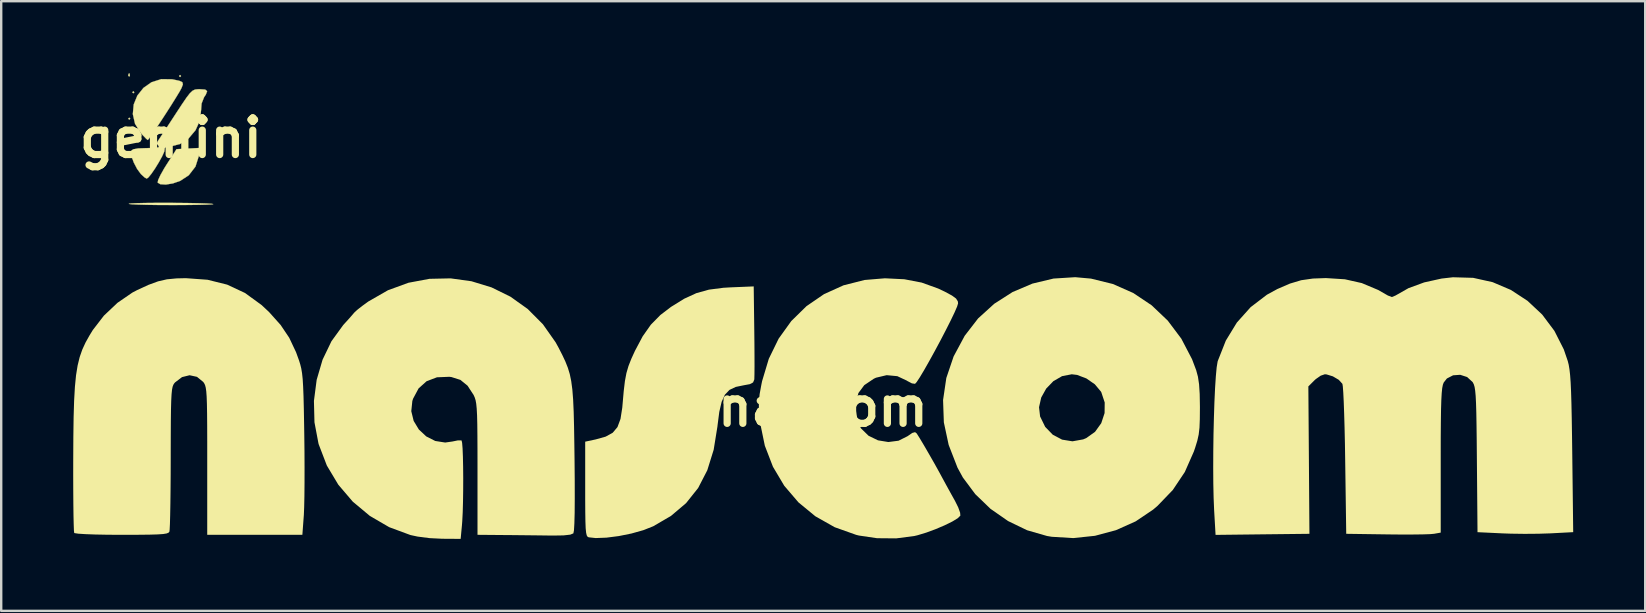
<source format=kicad_pcb>
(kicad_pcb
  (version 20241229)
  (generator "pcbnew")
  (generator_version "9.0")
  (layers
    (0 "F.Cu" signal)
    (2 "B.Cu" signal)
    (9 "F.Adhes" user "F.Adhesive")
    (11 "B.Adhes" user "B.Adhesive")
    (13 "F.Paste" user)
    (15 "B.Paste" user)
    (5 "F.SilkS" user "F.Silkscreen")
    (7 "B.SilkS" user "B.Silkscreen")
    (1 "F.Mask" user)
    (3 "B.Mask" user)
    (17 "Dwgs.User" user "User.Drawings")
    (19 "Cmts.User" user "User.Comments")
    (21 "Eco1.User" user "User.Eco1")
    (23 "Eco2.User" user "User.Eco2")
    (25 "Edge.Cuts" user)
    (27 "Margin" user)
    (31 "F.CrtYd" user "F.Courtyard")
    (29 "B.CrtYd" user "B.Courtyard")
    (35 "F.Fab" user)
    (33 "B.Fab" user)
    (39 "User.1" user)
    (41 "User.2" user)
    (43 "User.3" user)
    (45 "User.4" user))
  (footprint "gemini"
    (layer "F.Cu")
    (at 4.071 2.699)
    (property "Reference" "gemini" (at 0 0 0) (layer "F.SilkS") (effects (font (size 1.524 1.524) (thickness 0.3))))
    (attr through_hole)
    (fp_poly (pts (xy -1.693 -0.804) (xy -1.736 -0.762) (xy -1.778 -0.804) (xy -1.736 -0.847) (xy -1.693 -0.804)) (stroke (width 0.01) (type solid)) (fill yes) (layer "F.SilkS"))
    (fp_poly (pts (xy -1.524 -1.905) (xy -1.566 -1.863) (xy -1.609 -1.905) (xy -1.566 -1.947) (xy -1.524 -1.905)) (stroke (width 0.01) (type solid)) (fill yes) (layer "F.SilkS"))
    (fp_poly (pts (xy 0.423 -2.582) (xy 0.381 -2.54) (xy 0.339 -2.582) (xy 0.381 -2.625) (xy 0.423 -2.582)) (stroke (width 0.01) (type solid)) (fill yes) (layer "F.SilkS"))
    (fp_poly (pts (xy -1.722 -2.681) (xy -1.711 -2.581) (xy -1.722 -2.568) (xy -1.772 -2.58) (xy -1.778 -2.625) (xy -1.747 -2.694) (xy -1.722 -2.681)) (stroke (width 0.01) (type solid)) (fill yes) (layer "F.SilkS"))
    (fp_poly (pts (xy 1.163 0.753) (xy 1.023 1.192) (xy 0.744 1.553) (xy 0.389 1.786) (xy 0.085 1.892) (xy -0.207 1.94) (xy -0.438 1.927) (xy -0.552 1.86) (xy -0.533 1.755) (xy -0.436 1.546) (xy -0.281 1.27) (xy -0.187 1.119) (xy 0.233 0.466) (xy 0.721 0.44) (xy 1.209 0.414) (xy 1.163 0.753)) (stroke (width 0.01) (type solid)) (fill yes) (layer "F.SilkS"))
    (fp_poly (pts (xy 0.272 2.705) (xy 0.73 2.71) (xy 1.14 2.718) (xy 1.47 2.728) (xy 1.69 2.741) (xy 1.767 2.755) (xy 1.699 2.767) (xy 1.484 2.777) (xy 1.148 2.785) (xy 0.715 2.791) (xy 0.207 2.794) (xy 0 2.794) (xy -0.528 2.792) (xy -0.991 2.785) (xy -1.364 2.775) (xy -1.624 2.763) (xy -1.748 2.748) (xy -1.754 2.742) (xy -1.658 2.727) (xy -1.424 2.716) (xy -1.083 2.708) (xy -0.666 2.704) (xy -0.204 2.703) (xy 0.272 2.705)) (stroke (width 0.01) (type solid)) (fill yes) (layer "F.SilkS"))
    (fp_poly (pts (xy 0.054 -2.445) (xy 0.076 -2.441) (xy 0.345 -2.384) (xy 0.477 -2.324) (xy 0.499 -2.232) (xy 0.441 -2.08) (xy 0.364 -1.938) (xy 0.221 -1.702) (xy 0.033 -1.4) (xy -0.182 -1.064) (xy -0.403 -0.724) (xy -0.611 -0.409) (xy -0.788 -0.149) (xy -0.912 0.026) (xy -0.964 0.085) (xy -1.035 0.027) (xy -1.176 -0.119) (xy -1.256 -0.208) (xy -1.495 -0.59) (xy -1.587 -0.995) (xy -1.55 -1.397) (xy -1.397 -1.77) (xy -1.144 -2.087) (xy -0.808 -2.323) (xy -0.403 -2.451) (xy 0.054 -2.445)) (stroke (width 0.01) (type solid)) (fill yes) (layer "F.SilkS"))
    (fp_poly (pts (xy 1.429 -2.017) (xy 1.51 -1.952) (xy 1.455 -1.808) (xy 1.381 -1.697) (xy 1.278 -1.436) (xy 1.258 -1.169) (xy 1.208 -0.729) (xy 1.026 -0.324) (xy 0.74 0.015) (xy 0.379 0.251) (xy -0.017 0.352) (xy -0.224 0.386) (xy -0.268 0.449) (xy -0.26 0.462) (xy -0.274 0.562) (xy -0.362 0.758) (xy -0.499 1.006) (xy -0.658 1.266) (xy -0.815 1.494) (xy -0.944 1.65) (xy -1.009 1.693) (xy -1.105 1.638) (xy -1.25 1.503) (xy -1.251 1.502) (xy -1.41 1.286) (xy -1.548 1.021) (xy -1.642 0.763) (xy -1.666 0.571) (xy -1.659 0.54) (xy -1.575 0.473) (xy -1.371 0.435) (xy -1.024 0.422) (xy -0.997 0.422) (xy -0.671 0.413) (xy -0.508 0.388) (xy -0.499 0.346) (xy -0.508 0.34) (xy -0.588 0.229) (xy -0.55 0.137) (xy -0.475 0.025) (xy -0.327 -0.2) (xy -0.125 -0.509) (xy 0.112 -0.872) (xy 0.201 -1.008) (xy 0.463 -1.408) (xy 0.653 -1.687) (xy 0.793 -1.867) (xy 0.904 -1.97) (xy 1.006 -2.018) (xy 1.122 -2.031) (xy 1.196 -2.032) (xy 1.429 -2.017)) (stroke (width 0.01) (type solid)) (fill yes) (layer "F.SilkS")))
  (footprint "nascom"
    (layer "F.Cu")
    (at 31.238 13.899)
    (property "Reference" "nascom" (at 0 0 0) (layer "F.SilkS") (effects (font (size 1.524 1.524) (thickness 0.3))))
    (attr board_only exclude_from_pos_files exclude_from_bom)
    (fp_poly (pts (xy -2.861 -3.164) (xy -2.855 -2.611) (xy -2.852 -2.107) (xy -2.851 -1.68) (xy -2.854 -1.356) (xy -2.859 -1.165) (xy -2.862 -1.132) (xy -2.912 -1.014) (xy -3.048 -0.943) (xy -3.288 -0.899) (xy -3.633 -0.828) (xy -3.893 -0.705) (xy -4.084 -0.506) (xy -4.221 -0.208) (xy -4.319 0.212) (xy -4.392 0.777) (xy -4.395 0.811) (xy -4.553 1.79) (xy -4.819 2.645) (xy -5.2 3.383) (xy -5.702 4.013) (xy -6.33 4.545) (xy -7.07 4.977) (xy -7.481 5.14) (xy -7.976 5.279) (xy -8.505 5.386) (xy -9.019 5.452) (xy -9.468 5.469) (xy -9.758 5.438) (xy -9.805 5.416) (xy -9.841 5.36) (xy -9.867 5.249) (xy -9.886 5.063) (xy -9.897 4.782) (xy -9.903 4.386) (xy -9.906 3.853) (xy -9.906 3.43) (xy -9.906 1.453) (xy -9.463 1.358) (xy -9.053 1.243) (xy -8.76 1.081) (xy -8.561 0.845) (xy -8.435 0.505) (xy -8.361 0.035) (xy -8.347 -0.127) (xy -8.3 -0.662) (xy -8.251 -1.072) (xy -8.189 -1.402) (xy -8.103 -1.697) (xy -7.984 -2) (xy -7.834 -2.328) (xy -7.511 -2.937) (xy -7.17 -3.421) (xy -6.773 -3.825) (xy -6.331 -4.162) (xy -5.782 -4.502) (xy -5.275 -4.735) (xy -4.75 -4.881) (xy -4.147 -4.959) (xy -3.834 -4.977) (xy -2.885 -5.016)) (stroke (width 0) (type solid)) (fill yes) (layer "F.SilkS"))
    (fp_poly (pts (xy 11.168 -5.341) (xy 12.081 -5.116) (xy 12.927 -4.742) (xy 13.693 -4.23) (xy 14.365 -3.592) (xy 14.931 -2.839) (xy 15.378 -1.983) (xy 15.551 -1.524) (xy 15.624 -1.253) (xy 15.671 -0.936) (xy 15.697 -0.534) (xy 15.706 -0.005) (xy 15.706 0.042) (xy 15.702 0.517) (xy 15.688 0.871) (xy 15.655 1.155) (xy 15.597 1.416) (xy 15.508 1.705) (xy 15.454 1.863) (xy 15.077 2.717) (xy 14.577 3.465) (xy 13.938 4.129) (xy 13.757 4.283) (xy 13.03 4.773) (xy 12.211 5.14) (xy 11.334 5.375) (xy 10.431 5.47) (xy 9.536 5.416) (xy 9.337 5.383) (xy 8.504 5.143) (xy 7.71 4.759) (xy 6.981 4.251) (xy 6.346 3.639) (xy 5.829 2.945) (xy 5.606 2.536) (xy 5.238 1.589) (xy 5.037 0.648) (xy 5.015 0.018) (xy 9.003 0.018) (xy 9.047 0.402) (xy 9.259 0.836) (xy 9.575 1.163) (xy 9.963 1.368) (xy 10.395 1.438) (xy 10.841 1.358) (xy 10.968 1.305) (xy 11.336 1.044) (xy 11.595 0.683) (xy 11.734 0.262) (xy 11.739 -0.18) (xy 11.598 -0.605) (xy 11.581 -0.635) (xy 11.328 -0.937) (xy 10.976 -1.181) (xy 10.589 -1.328) (xy 10.367 -1.355) (xy 9.963 -1.277) (xy 9.6 -1.068) (xy 9.302 -0.759) (xy 9.094 -0.386) (xy 9.003 0.018) (xy 5.015 0.018) (xy 5.005 -0.283) (xy 5.14 -1.2) (xy 5.444 -2.098) (xy 5.906 -2.959) (xy 6.465 -3.683) (xy 7.137 -4.293) (xy 7.898 -4.78) (xy 8.728 -5.133) (xy 9.606 -5.343) (xy 10.51 -5.4)) (stroke (width 0) (type solid)) (fill yes) (layer "F.SilkS"))
    (fp_poly (pts (xy 3.391 -5.314) (xy 4.111 -5.176) (xy 4.8 -4.928) (xy 5.08 -4.795) (xy 5.376 -4.635) (xy 5.545 -4.511) (xy 5.619 -4.395) (xy 5.63 -4.311) (xy 5.591 -4.18) (xy 5.484 -3.933) (xy 5.323 -3.597) (xy 5.122 -3.199) (xy 4.897 -2.766) (xy 4.661 -2.326) (xy 4.429 -1.905) (xy 4.216 -1.53) (xy 4.036 -1.229) (xy 3.903 -1.028) (xy 3.837 -0.957) (xy 3.706 -0.976) (xy 3.52 -1.073) (xy 3.498 -1.089) (xy 3.099 -1.276) (xy 2.655 -1.318) (xy 2.21 -1.212) (xy 2.117 -1.168) (xy 1.722 -0.902) (xy 1.478 -0.575) (xy 1.373 -0.164) (xy 1.371 0.131) (xy 1.436 0.566) (xy 1.573 0.881) (xy 1.589 0.903) (xy 1.899 1.206) (xy 2.292 1.397) (xy 2.724 1.468) (xy 3.15 1.413) (xy 3.525 1.225) (xy 3.723 1.088) (xy 3.839 1.057) (xy 3.907 1.111) (xy 4.034 1.313) (xy 4.218 1.621) (xy 4.431 1.989) (xy 4.651 2.374) (xy 4.849 2.731) (xy 4.931 2.883) (xy 5.13 3.249) (xy 5.346 3.642) (xy 5.502 3.921) (xy 5.635 4.189) (xy 5.715 4.412) (xy 5.725 4.535) (xy 5.617 4.642) (xy 5.385 4.783) (xy 5.065 4.94) (xy 4.694 5.098) (xy 4.31 5.24) (xy 3.948 5.35) (xy 3.81 5.383) (xy 3.051 5.482) (xy 2.254 5.475) (xy 1.5 5.364) (xy 1.385 5.336) (xy 0.489 5.017) (xy -0.316 4.562) (xy -1.02 3.983) (xy -1.612 3.291) (xy -2.083 2.499) (xy -2.422 1.62) (xy -2.619 0.664) (xy -2.634 0.538) (xy -2.668 0.132) (xy -2.671 -0.2) (xy -2.638 -0.529) (xy -2.565 -0.927) (xy -2.535 -1.071) (xy -2.256 -2) (xy -1.847 -2.838) (xy -1.319 -3.573) (xy -0.684 -4.195) (xy 0.045 -4.694) (xy 0.856 -5.061) (xy 1.737 -5.284) (xy 2.582 -5.354)) (stroke (width 0) (type solid)) (fill yes) (layer "F.SilkS"))
    (fp_poly (pts (xy -25.64 -5.293) (xy -24.824 -5.09) (xy -24.08 -4.742) (xy -23.392 -4.242) (xy -23.072 -3.942) (xy -22.596 -3.41) (xy -22.238 -2.877) (xy -21.954 -2.276) (xy -21.83 -1.934) (xy -21.778 -1.768) (xy -21.736 -1.597) (xy -21.703 -1.4) (xy -21.677 -1.156) (xy -21.658 -0.842) (xy -21.642 -0.436) (xy -21.629 0.083) (xy -21.617 0.738) (xy -21.61 1.176) (xy -21.602 1.865) (xy -21.599 2.54) (xy -21.6 3.171) (xy -21.605 3.728) (xy -21.615 4.181) (xy -21.628 4.5) (xy -21.631 4.541) (xy -21.69 5.334) (xy -25.654 5.334) (xy -25.654 2.255) (xy -25.654 1.45) (xy -25.656 0.797) (xy -25.66 0.278) (xy -25.667 -0.123) (xy -25.678 -0.425) (xy -25.694 -0.644) (xy -25.716 -0.797) (xy -25.744 -0.903) (xy -25.78 -0.978) (xy -25.821 -1.036) (xy -26.081 -1.248) (xy -26.388 -1.315) (xy -26.704 -1.237) (xy -26.994 -1.016) (xy -27.024 -0.982) (xy -27.063 -0.923) (xy -27.096 -0.837) (xy -27.121 -0.709) (xy -27.14 -0.52) (xy -27.154 -0.253) (xy -27.164 0.11) (xy -27.17 0.586) (xy -27.173 1.192) (xy -27.175 1.946) (xy -27.175 2.131) (xy -27.177 2.824) (xy -27.182 3.466) (xy -27.189 4.038) (xy -27.198 4.517) (xy -27.208 4.885) (xy -27.22 5.121) (xy -27.229 5.2) (xy -27.264 5.244) (xy -27.344 5.277) (xy -27.489 5.301) (xy -27.721 5.317) (xy -28.058 5.327) (xy -28.521 5.332) (xy -29.132 5.334) (xy -29.214 5.334) (xy -29.802 5.331) (xy -30.313 5.321) (xy -30.727 5.306) (xy -31.023 5.287) (xy -31.178 5.264) (xy -31.196 5.255) (xy -31.208 5.154) (xy -31.217 4.904) (xy -31.226 4.525) (xy -31.232 4.036) (xy -31.236 3.457) (xy -31.238 2.809) (xy -31.237 2.228) (xy -31.232 1.256) (xy -31.221 0.435) (xy -31.2 -0.254) (xy -31.167 -0.831) (xy -31.12 -1.313) (xy -31.054 -1.721) (xy -30.968 -2.072) (xy -30.859 -2.385) (xy -30.723 -2.68) (xy -30.558 -2.975) (xy -30.422 -3.197) (xy -29.96 -3.797) (xy -29.394 -4.332) (xy -28.774 -4.758) (xy -28.575 -4.862) (xy -28.097 -5.082) (xy -27.704 -5.226) (xy -27.337 -5.311) (xy -26.935 -5.35) (xy -26.547 -5.359)) (stroke (width 0) (type solid)) (fill yes) (layer "F.SilkS"))
    (fp_poly (pts (xy -14.645 -5.231) (xy -13.808 -4.975) (xy -13.021 -4.588) (xy -12.302 -4.075) (xy -11.668 -3.439) (xy -11.138 -2.686) (xy -11.014 -2.46) (xy -10.859 -2.157) (xy -10.732 -1.887) (xy -10.63 -1.63) (xy -10.549 -1.364) (xy -10.488 -1.069) (xy -10.442 -0.723) (xy -10.409 -0.306) (xy -10.386 0.203) (xy -10.37 0.826) (xy -10.358 1.583) (xy -10.35 2.184) (xy -10.342 3.07) (xy -10.341 3.816) (xy -10.345 4.414) (xy -10.357 4.86) (xy -10.374 5.148) (xy -10.398 5.272) (xy -10.399 5.274) (xy -10.528 5.327) (xy -10.81 5.358) (xy -11.252 5.365) (xy -11.359 5.364) (xy -11.815 5.358) (xy -12.363 5.352) (xy -12.926 5.346) (xy -13.314 5.343) (xy -14.393 5.334) (xy -14.393 2.579) (xy -14.394 1.817) (xy -14.397 1.204) (xy -14.402 0.723) (xy -14.411 0.354) (xy -14.426 0.077) (xy -14.446 -0.126) (xy -14.473 -0.275) (xy -14.509 -0.389) (xy -14.553 -0.487) (xy -14.554 -0.49) (xy -14.808 -0.879) (xy -15.106 -1.121) (xy -15.478 -1.239) (xy -15.566 -1.25) (xy -16.082 -1.229) (xy -16.513 -1.066) (xy -16.847 -0.767) (xy -17.077 -0.338) (xy -17.108 -0.242) (xy -17.152 0.183) (xy -17.053 0.588) (xy -16.836 0.947) (xy -16.528 1.234) (xy -16.154 1.424) (xy -15.74 1.489) (xy -15.437 1.446) (xy -15.219 1.401) (xy -15.072 1.399) (xy -15.057 1.405) (xy -15.034 1.501) (xy -15.015 1.736) (xy -15.001 2.08) (xy -14.992 2.504) (xy -14.988 2.977) (xy -14.99 3.469) (xy -14.997 3.951) (xy -15.009 4.392) (xy -15.028 4.763) (xy -15.041 4.932) (xy -15.095 5.503) (xy -15.866 5.498) (xy -16.39 5.472) (xy -16.891 5.407) (xy -17.187 5.343) (xy -18.071 5.016) (xy -18.876 4.548) (xy -19.588 3.954) (xy -20.191 3.248) (xy -20.67 2.448) (xy -21.007 1.569) (xy -21.02 1.524) (xy -21.186 0.646) (xy -21.208 -0.246) (xy -21.094 -1.125) (xy -20.848 -1.963) (xy -20.478 -2.732) (xy -19.989 -3.405) (xy -19.934 -3.466) (xy -19.74 -3.679) (xy -19.584 -3.858) (xy -19.532 -3.92) (xy -19.413 -4.032) (xy -19.2 -4.2) (xy -18.938 -4.39) (xy -18.937 -4.39) (xy -18.124 -4.856) (xy -17.27 -5.168) (xy -16.394 -5.332) (xy -15.513 -5.351)) (stroke (width 0) (type solid)) (fill yes) (layer "F.SilkS"))
    (fp_poly (pts (xy 27.091 -5.373) (xy 27.901 -5.193) (xy 28.662 -4.869) (xy 29.356 -4.415) (xy 29.967 -3.842) (xy 30.476 -3.163) (xy 30.867 -2.391) (xy 31.033 -1.905) (xy 31.072 -1.749) (xy 31.103 -1.561) (xy 31.13 -1.323) (xy 31.152 -1.019) (xy 31.17 -0.629) (xy 31.185 -0.137) (xy 31.198 0.476) (xy 31.21 1.227) (xy 31.219 1.913) (xy 31.259 5.223) (xy 30.312 5.273) (xy 29.815 5.289) (xy 29.234 5.294) (xy 28.656 5.286) (xy 28.319 5.274) (xy 27.272 5.224) (xy 27.246 2.21) (xy 27.239 1.409) (xy 27.231 0.76) (xy 27.222 0.245) (xy 27.21 -0.153) (xy 27.195 -0.452) (xy 27.175 -0.669) (xy 27.151 -0.823) (xy 27.12 -0.93) (xy 27.081 -1.008) (xy 27.066 -1.032) (xy 26.839 -1.24) (xy 26.551 -1.333) (xy 26.254 -1.312) (xy 25.996 -1.179) (xy 25.863 -1.01) (xy 25.829 -0.919) (xy 25.801 -0.777) (xy 25.78 -0.568) (xy 25.764 -0.277) (xy 25.752 0.114) (xy 25.745 0.622) (xy 25.74 1.262) (xy 25.739 2.052) (xy 25.739 2.236) (xy 25.739 5.242) (xy 25.463 5.291) (xy 25.295 5.306) (xy 24.988 5.316) (xy 24.575 5.321) (xy 24.085 5.322) (xy 23.551 5.317) (xy 23.495 5.316) (xy 21.802 5.292) (xy 21.759 2.244) (xy 21.748 1.536) (xy 21.733 0.879) (xy 21.716 0.291) (xy 21.698 -0.207) (xy 21.679 -0.594) (xy 21.66 -0.851) (xy 21.643 -0.956) (xy 21.491 -1.124) (xy 21.245 -1.269) (xy 20.983 -1.349) (xy 20.91 -1.355) (xy 20.739 -1.297) (xy 20.534 -1.154) (xy 20.477 -1.102) (xy 20.224 -0.849) (xy 20.247 2.222) (xy 20.269 5.292) (xy 18.314 5.314) (xy 16.358 5.337) (xy 16.298 4.298) (xy 16.277 3.791) (xy 16.264 3.198) (xy 16.26 2.542) (xy 16.263 1.851) (xy 16.272 1.149) (xy 16.289 0.461) (xy 16.31 -0.187) (xy 16.337 -0.771) (xy 16.369 -1.265) (xy 16.404 -1.644) (xy 16.443 -1.882) (xy 16.449 -1.905) (xy 16.785 -2.757) (xy 17.246 -3.511) (xy 17.822 -4.154) (xy 18.5 -4.671) (xy 18.929 -4.905) (xy 19.456 -5.133) (xy 19.927 -5.274) (xy 20.417 -5.344) (xy 20.955 -5.363) (xy 21.746 -5.313) (xy 22.452 -5.154) (xy 23.13 -4.869) (xy 23.538 -4.636) (xy 23.705 -4.573) (xy 23.855 -4.636) (xy 24.396 -4.943) (xy 25.051 -5.183) (xy 25.774 -5.343) (xy 26.249 -5.397)) (stroke (width 0) (type solid)) (fill yes) (layer "F.SilkS")))
  (gr_rect
    (start -3 -3)
    (end 65.497 22.402)
    (stroke (width 0.1) (type default))
    (fill no)
    (layer "Edge.Cuts")))
</source>
